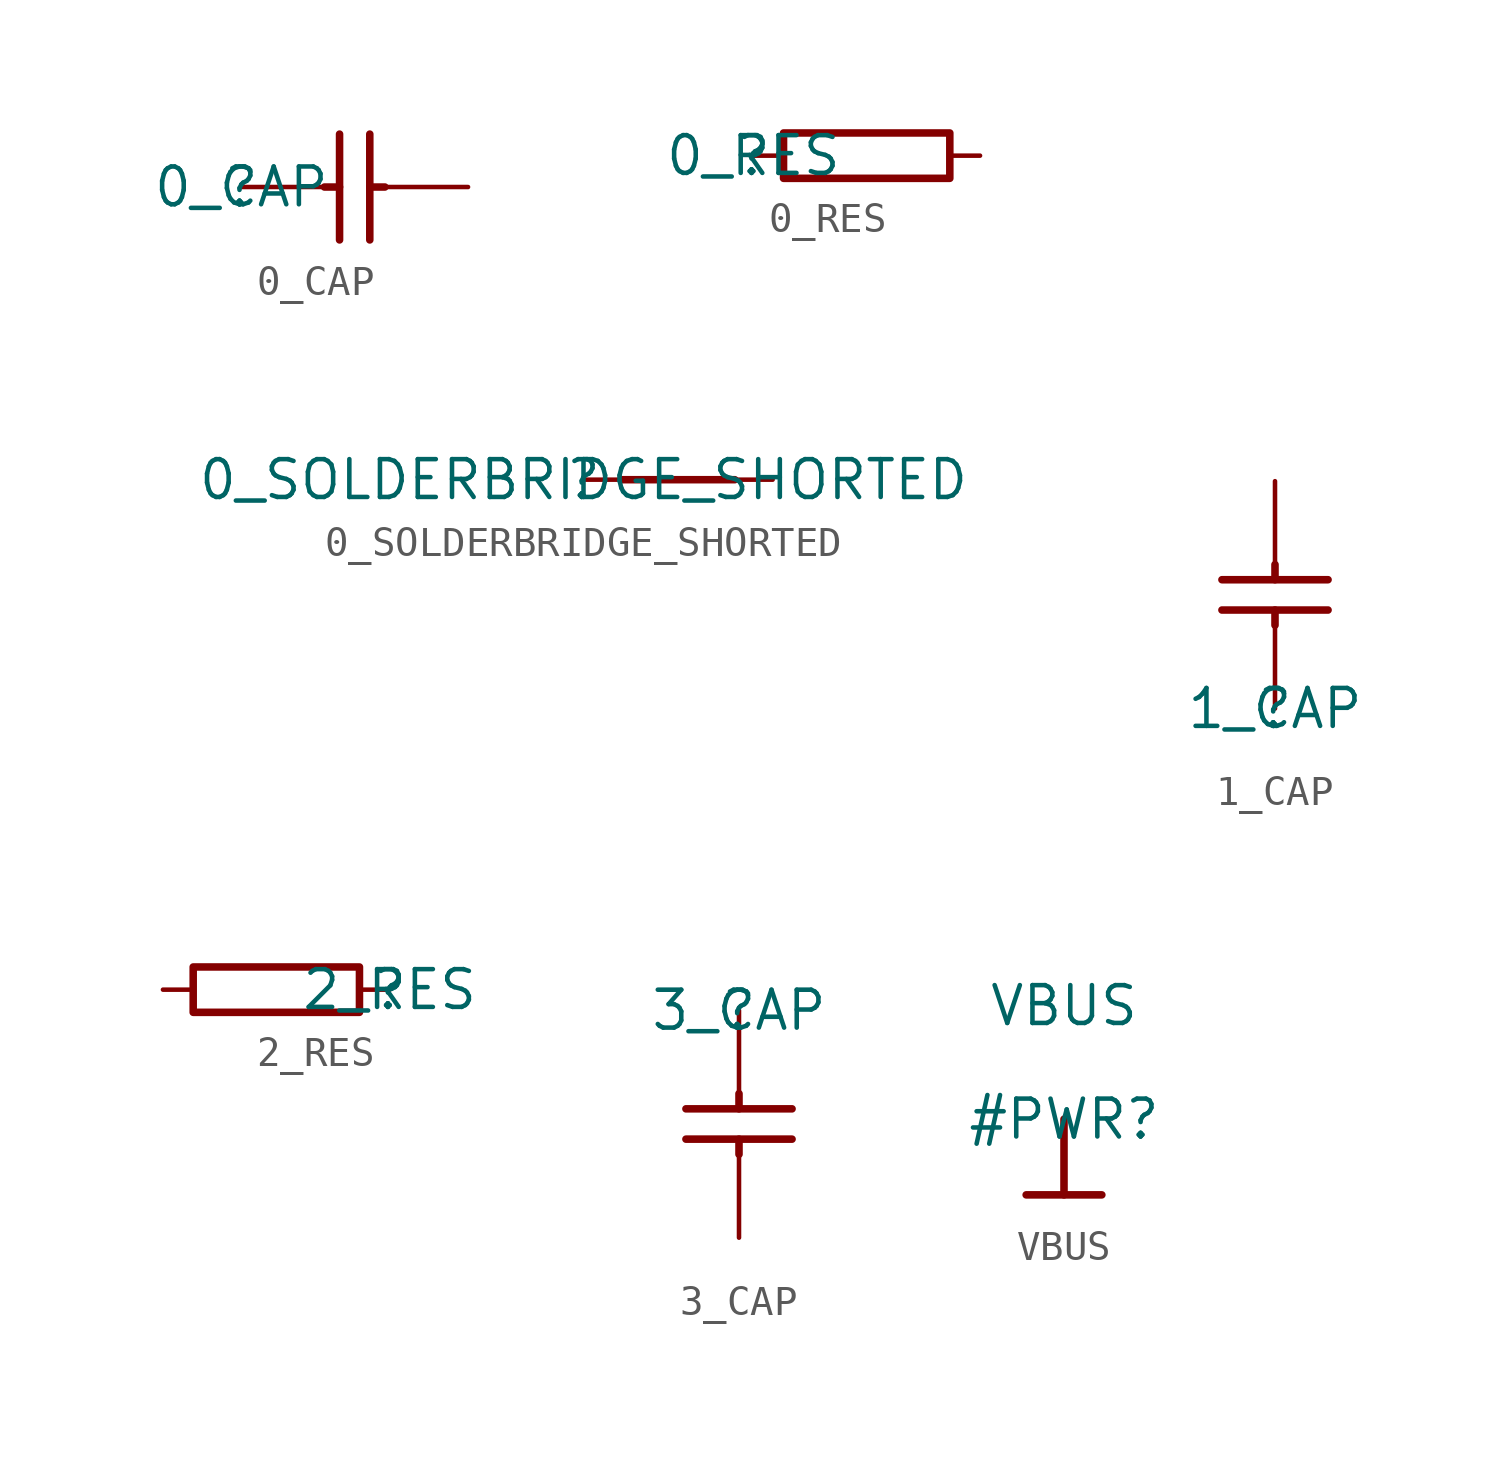
<source format=kicad_sym>
(kicad_symbol_lib
  (version 20211014)
  (generator kicad_symbol_editor)
  (symbol "0_CAP"
    (property "Reference" ""
      (at 0 0 0)
      (effects (font (size 1.27 1.27))))
    (property "Value" "0_CAP"
      (at 0 0 0)
      (effects (font (size 1.27 1.27))))
    (symbol "0_CAP_1_0"
      (polyline (pts (xy 3.302 -1.778) (xy 3.302 1.778)) (stroke (width 0.254) (type default) (color 0 0 0 0)) (fill (type none)))
      (polyline (pts (xy 3.302 0) (xy 2.794 0)) (stroke (width 0.254) (type default) (color 0 0 0 0)) (fill (type none)))
      (polyline (pts (xy 4.318 -1.778) (xy 4.318 1.778)) (stroke (width 0.254) (type default) (color 0 0 0 0)) (fill (type none)))
      (polyline (pts (xy 4.318 0) (xy 4.826 0)) (stroke (width 0.254) (type default) (color 0 0 0 0)) (fill (type none)))
      (pin passive line (at 0 0 0) (length 3.302) (name "1" (effects (font (size 0 0)))) (number "1" (effects (font (size 0 0)))))
      (pin passive line (at 7.62 0 180) (length 3.302) (name "2" (effects (font (size 0 0)))) (number "2" (effects (font (size 0 0)))))))
  (symbol "0_RES"
    (property "Reference" ""
      (at 0 0 0)
      (effects (font (size 1.27 1.27))))
    (property "Value" "0_RES"
      (at 0 0 0)
      (effects (font (size 1.27 1.27))))
    (symbol "0_RES_1_0"
      (polyline (pts (xy 6.604 0.762) (xy 1.016 0.762) (xy 1.016 -0.762) (xy 6.604 -0.762) (xy 6.604 0.762)) (stroke (width 0.254) (type default) (color 0 0 0 0)) (fill (type none)))
      (pin passive line (at 0 0 0) (length 1.016) (name "1" (effects (font (size 0 0)))) (number "1" (effects (font (size 0 0)))))
      (pin passive line (at 7.62 0 180) (length 1.016) (name "2" (effects (font (size 0 0)))) (number "2" (effects (font (size 0 0)))))))
  (symbol "0_SOLDERBRIDGE_SHORTED"
    (property "Reference" ""
      (at 0 0 0)
      (effects (font (size 1.27 1.27))))
    (property "Value" "0_SOLDERBRIDGE_SHORTED"
      (at 0 0 0)
      (effects (font (size 1.27 1.27))))
    (symbol "0_SOLDERBRIDGE_SHORTED_1_0"
      (polyline (pts (xy 1.27 0) (xy 5.08 0)) (stroke (width 0.254) (type default) (color 0 0 0 0)) (fill (type none)))
      (pin passive line (at 6.35 0 180) (length 1.27) (name "0" (effects (font (size 0 0)))) (number "1" (effects (font (size 0 0)))))
      (pin passive line (at 0 0 0) (length 1.27) (name "1" (effects (font (size 0 0)))) (number "2" (effects (font (size 0 0)))))))
  (symbol "1_CAP"
    (property "Reference" ""
      (at 0 0 0)
      (effects (font (size 1.27 1.27))))
    (property "Value" "1_CAP"
      (at 0 0 0)
      (effects (font (size 1.27 1.27))))
    (symbol "1_CAP_1_0"
      (polyline (pts (xy 0 3.302) (xy 0 2.794)) (stroke (width 0.254) (type default) (color 0 0 0 0)) (fill (type none)))
      (polyline (pts (xy 0 4.318) (xy 0 4.826)) (stroke (width 0.254) (type default) (color 0 0 0 0)) (fill (type none)))
      (polyline (pts (xy 1.778 3.302) (xy -1.778 3.302)) (stroke (width 0.254) (type default) (color 0 0 0 0)) (fill (type none)))
      (polyline (pts (xy 1.778 4.318) (xy -1.778 4.318)) (stroke (width 0.254) (type default) (color 0 0 0 0)) (fill (type none)))
      (pin passive line (at 0 0 90) (length 3.302) (name "1" (effects (font (size 0 0)))) (number "1" (effects (font (size 0 0)))))
      (pin passive line (at 0 7.62 270) (length 3.302) (name "2" (effects (font (size 0 0)))) (number "2" (effects (font (size 0 0)))))))
  (symbol "2_RES"
    (property "Reference" ""
      (at 0 0 0)
      (effects (font (size 1.27 1.27))))
    (property "Value" "2_RES"
      (at 0 0 0)
      (effects (font (size 1.27 1.27))))
    (symbol "2_RES_1_0"
      (polyline (pts (xy -6.604 -0.762) (xy -1.016 -0.762) (xy -1.016 0.762) (xy -6.604 0.762) (xy -6.604 -0.762)) (stroke (width 0.254) (type default) (color 0 0 0 0)) (fill (type none)))
      (pin passive line (at 0 0 180) (length 1.016) (name "1" (effects (font (size 0 0)))) (number "1" (effects (font (size 0 0)))))
      (pin passive line (at -7.62 0 0) (length 1.016) (name "2" (effects (font (size 0 0)))) (number "2" (effects (font (size 0 0)))))))
  (symbol "3_CAP"
    (property "Reference" ""
      (at 0 0 0)
      (effects (font (size 1.27 1.27))))
    (property "Value" "3_CAP"
      (at 0 0 0)
      (effects (font (size 1.27 1.27))))
    (symbol "3_CAP_1_0"
      (polyline (pts (xy -1.778 -4.318) (xy 1.778 -4.318)) (stroke (width 0.254) (type default) (color 0 0 0 0)) (fill (type none)))
      (polyline (pts (xy -1.778 -3.302) (xy 1.778 -3.302)) (stroke (width 0.254) (type default) (color 0 0 0 0)) (fill (type none)))
      (polyline (pts (xy 0 -4.318) (xy 0 -4.826)) (stroke (width 0.254) (type default) (color 0 0 0 0)) (fill (type none)))
      (polyline (pts (xy 0 -3.302) (xy 0 -2.794)) (stroke (width 0.254) (type default) (color 0 0 0 0)) (fill (type none)))
      (pin passive line (at 0 0 270) (length 3.302) (name "1" (effects (font (size 0 0)))) (number "1" (effects (font (size 0 0)))))
      (pin passive line (at 0 -7.62 90) (length 3.302) (name "2" (effects (font (size 0 0)))) (number "2" (effects (font (size 0 0)))))))
  (symbol "VBUS"
    (power)
    (property "Reference" "#PWR"
      (at 0 0 0)
      (effects (font (size 1.27 1.27))))
    (property "Value" "VBUS"
      (at 0 3.81 0)
      (effects (font (size 1.27 1.27))))
    (symbol "VBUS_0_0"
      (polyline (pts (xy -1.27 -2.54) (xy 1.27 -2.54)) (stroke (width 0.254) (type default) (color 0 0 0 0)) (fill (type none)))
      (polyline (pts (xy 0 0) (xy 0 -2.54)) (stroke (width 0.254) (type default) (color 0 0 0 0)) (fill (type none)))
      (pin power_in line (at 0 0 0) (length 0) hide (name "VBUS" (effects (font (size 1.27 1.27)))) (number "" (effects (font (size 1.27 1.27))))))))
</source>
